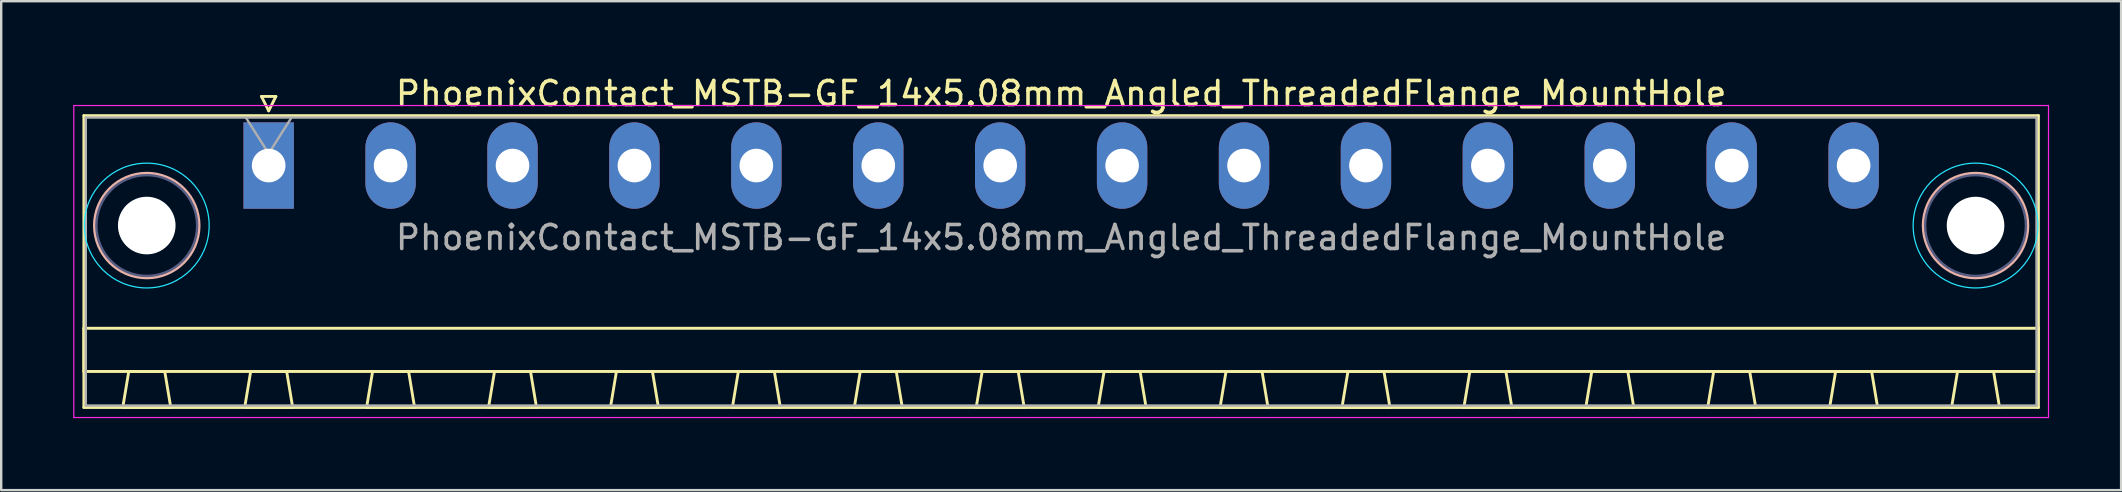
<source format=kicad_pcb>
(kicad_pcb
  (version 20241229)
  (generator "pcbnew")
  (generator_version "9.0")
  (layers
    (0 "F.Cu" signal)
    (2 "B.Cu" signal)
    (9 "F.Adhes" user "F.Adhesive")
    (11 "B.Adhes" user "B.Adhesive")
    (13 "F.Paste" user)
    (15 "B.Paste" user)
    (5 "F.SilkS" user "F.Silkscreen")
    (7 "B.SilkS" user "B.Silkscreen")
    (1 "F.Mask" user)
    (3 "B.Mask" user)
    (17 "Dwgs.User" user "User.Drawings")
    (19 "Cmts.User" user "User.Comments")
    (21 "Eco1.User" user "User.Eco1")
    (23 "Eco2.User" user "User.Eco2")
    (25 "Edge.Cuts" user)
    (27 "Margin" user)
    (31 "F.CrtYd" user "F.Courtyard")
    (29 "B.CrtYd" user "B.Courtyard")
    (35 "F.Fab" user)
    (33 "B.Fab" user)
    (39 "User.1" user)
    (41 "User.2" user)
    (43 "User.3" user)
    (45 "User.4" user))
  (footprint "PhoenixContact_MSTB-GF_14x5.08mm_Angled_ThreadedFlange_MountHole"
    (layer "F.Cu")
    (at 8.145 3.848)
    (property "Reference" "PhoenixContact_MSTB-GF_14x5.08mm_Angled_ThreadedFlange_MountHole" (at 33.02 -3 0) (layer "F.SilkS") (effects (font (size 1 1) (thickness 0.15))))
    (attr through_hole)
    (fp_line (start -7.7 -2.08) (end -7.7 10.08) (stroke (width 0.12) (type solid)) (layer "F.SilkS"))
    (fp_line (start -7.7 6.78) (end 73.74 6.78) (stroke (width 0.12) (type solid)) (layer "F.SilkS"))
    (fp_line (start -7.7 8.58) (end -7.7 6.78) (stroke (width 0.12) (type solid)) (layer "F.SilkS"))
    (fp_line (start -7.7 10.08) (end 73.74 10.08) (stroke (width 0.12) (type solid)) (layer "F.SilkS"))
    (fp_line (start -6.08 10.08) (end -4.08 10.08) (stroke (width 0.12) (type solid)) (layer "F.SilkS"))
    (fp_line (start -5.83 8.58) (end -6.08 10.08) (stroke (width 0.12) (type solid)) (layer "F.SilkS"))
    (fp_line (start -4.33 8.58) (end -5.83 8.58) (stroke (width 0.12) (type solid)) (layer "F.SilkS"))
    (fp_line (start -4.08 10.08) (end -4.33 8.58) (stroke (width 0.12) (type solid)) (layer "F.SilkS"))
    (fp_line (start -1 10.08) (end 1 10.08) (stroke (width 0.12) (type solid)) (layer "F.SilkS"))
    (fp_line (start -0.75 8.58) (end -1 10.08) (stroke (width 0.12) (type solid)) (layer "F.SilkS"))
    (fp_line (start -0.3 -2.88) (end 0.3 -2.88) (stroke (width 0.12) (type solid)) (layer "F.SilkS"))
    (fp_line (start 0 -2.28) (end -0.3 -2.88) (stroke (width 0.12) (type solid)) (layer "F.SilkS"))
    (fp_line (start 0.3 -2.88) (end 0 -2.28) (stroke (width 0.12) (type solid)) (layer "F.SilkS"))
    (fp_line (start 0.75 8.58) (end -0.75 8.58) (stroke (width 0.12) (type solid)) (layer "F.SilkS"))
    (fp_line (start 1 10.08) (end 0.75 8.58) (stroke (width 0.12) (type solid)) (layer "F.SilkS"))
    (fp_line (start 4.08 10.08) (end 6.08 10.08) (stroke (width 0.12) (type solid)) (layer "F.SilkS"))
    (fp_line (start 4.33 8.58) (end 4.08 10.08) (stroke (width 0.12) (type solid)) (layer "F.SilkS"))
    (fp_line (start 5.83 8.58) (end 4.33 8.58) (stroke (width 0.12) (type solid)) (layer "F.SilkS"))
    (fp_line (start 6.08 10.08) (end 5.83 8.58) (stroke (width 0.12) (type solid)) (layer "F.SilkS"))
    (fp_line (start 9.16 10.08) (end 11.16 10.08) (stroke (width 0.12) (type solid)) (layer "F.SilkS"))
    (fp_line (start 9.41 8.58) (end 9.16 10.08) (stroke (width 0.12) (type solid)) (layer "F.SilkS"))
    (fp_line (start 10.91 8.58) (end 9.41 8.58) (stroke (width 0.12) (type solid)) (layer "F.SilkS"))
    (fp_line (start 11.16 10.08) (end 10.91 8.58) (stroke (width 0.12) (type solid)) (layer "F.SilkS"))
    (fp_line (start 14.24 10.08) (end 16.24 10.08) (stroke (width 0.12) (type solid)) (layer "F.SilkS"))
    (fp_line (start 14.49 8.58) (end 14.24 10.08) (stroke (width 0.12) (type solid)) (layer "F.SilkS"))
    (fp_line (start 15.99 8.58) (end 14.49 8.58) (stroke (width 0.12) (type solid)) (layer "F.SilkS"))
    (fp_line (start 16.24 10.08) (end 15.99 8.58) (stroke (width 0.12) (type solid)) (layer "F.SilkS"))
    (fp_line (start 19.32 10.08) (end 21.32 10.08) (stroke (width 0.12) (type solid)) (layer "F.SilkS"))
    (fp_line (start 19.57 8.58) (end 19.32 10.08) (stroke (width 0.12) (type solid)) (layer "F.SilkS"))
    (fp_line (start 21.07 8.58) (end 19.57 8.58) (stroke (width 0.12) (type solid)) (layer "F.SilkS"))
    (fp_line (start 21.32 10.08) (end 21.07 8.58) (stroke (width 0.12) (type solid)) (layer "F.SilkS"))
    (fp_line (start 24.4 10.08) (end 26.4 10.08) (stroke (width 0.12) (type solid)) (layer "F.SilkS"))
    (fp_line (start 24.65 8.58) (end 24.4 10.08) (stroke (width 0.12) (type solid)) (layer "F.SilkS"))
    (fp_line (start 26.15 8.58) (end 24.65 8.58) (stroke (width 0.12) (type solid)) (layer "F.SilkS"))
    (fp_line (start 26.4 10.08) (end 26.15 8.58) (stroke (width 0.12) (type solid)) (layer "F.SilkS"))
    (fp_line (start 29.48 10.08) (end 31.48 10.08) (stroke (width 0.12) (type solid)) (layer "F.SilkS"))
    (fp_line (start 29.73 8.58) (end 29.48 10.08) (stroke (width 0.12) (type solid)) (layer "F.SilkS"))
    (fp_line (start 31.23 8.58) (end 29.73 8.58) (stroke (width 0.12) (type solid)) (layer "F.SilkS"))
    (fp_line (start 31.48 10.08) (end 31.23 8.58) (stroke (width 0.12) (type solid)) (layer "F.SilkS"))
    (fp_line (start 34.56 10.08) (end 36.56 10.08) (stroke (width 0.12) (type solid)) (layer "F.SilkS"))
    (fp_line (start 34.81 8.58) (end 34.56 10.08) (stroke (width 0.12) (type solid)) (layer "F.SilkS"))
    (fp_line (start 36.31 8.58) (end 34.81 8.58) (stroke (width 0.12) (type solid)) (layer "F.SilkS"))
    (fp_line (start 36.56 10.08) (end 36.31 8.58) (stroke (width 0.12) (type solid)) (layer "F.SilkS"))
    (fp_line (start 39.64 10.08) (end 41.64 10.08) (stroke (width 0.12) (type solid)) (layer "F.SilkS"))
    (fp_line (start 39.89 8.58) (end 39.64 10.08) (stroke (width 0.12) (type solid)) (layer "F.SilkS"))
    (fp_line (start 41.39 8.58) (end 39.89 8.58) (stroke (width 0.12) (type solid)) (layer "F.SilkS"))
    (fp_line (start 41.64 10.08) (end 41.39 8.58) (stroke (width 0.12) (type solid)) (layer "F.SilkS"))
    (fp_line (start 44.72 10.08) (end 46.72 10.08) (stroke (width 0.12) (type solid)) (layer "F.SilkS"))
    (fp_line (start 44.97 8.58) (end 44.72 10.08) (stroke (width 0.12) (type solid)) (layer "F.SilkS"))
    (fp_line (start 46.47 8.58) (end 44.97 8.58) (stroke (width 0.12) (type solid)) (layer "F.SilkS"))
    (fp_line (start 46.72 10.08) (end 46.47 8.58) (stroke (width 0.12) (type solid)) (layer "F.SilkS"))
    (fp_line (start 49.8 10.08) (end 51.8 10.08) (stroke (width 0.12) (type solid)) (layer "F.SilkS"))
    (fp_line (start 50.05 8.58) (end 49.8 10.08) (stroke (width 0.12) (type solid)) (layer "F.SilkS"))
    (fp_line (start 51.55 8.58) (end 50.05 8.58) (stroke (width 0.12) (type solid)) (layer "F.SilkS"))
    (fp_line (start 51.8 10.08) (end 51.55 8.58) (stroke (width 0.12) (type solid)) (layer "F.SilkS"))
    (fp_line (start 54.88 10.08) (end 56.88 10.08) (stroke (width 0.12) (type solid)) (layer "F.SilkS"))
    (fp_line (start 55.13 8.58) (end 54.88 10.08) (stroke (width 0.12) (type solid)) (layer "F.SilkS"))
    (fp_line (start 56.63 8.58) (end 55.13 8.58) (stroke (width 0.12) (type solid)) (layer "F.SilkS"))
    (fp_line (start 56.88 10.08) (end 56.63 8.58) (stroke (width 0.12) (type solid)) (layer "F.SilkS"))
    (fp_line (start 59.96 10.08) (end 61.96 10.08) (stroke (width 0.12) (type solid)) (layer "F.SilkS"))
    (fp_line (start 60.21 8.58) (end 59.96 10.08) (stroke (width 0.12) (type solid)) (layer "F.SilkS"))
    (fp_line (start 61.71 8.58) (end 60.21 8.58) (stroke (width 0.12) (type solid)) (layer "F.SilkS"))
    (fp_line (start 61.96 10.08) (end 61.71 8.58) (stroke (width 0.12) (type solid)) (layer "F.SilkS"))
    (fp_line (start 65.04 10.08) (end 67.04 10.08) (stroke (width 0.12) (type solid)) (layer "F.SilkS"))
    (fp_line (start 65.29 8.58) (end 65.04 10.08) (stroke (width 0.12) (type solid)) (layer "F.SilkS"))
    (fp_line (start 66.79 8.58) (end 65.29 8.58) (stroke (width 0.12) (type solid)) (layer "F.SilkS"))
    (fp_line (start 67.04 10.08) (end 66.79 8.58) (stroke (width 0.12) (type solid)) (layer "F.SilkS"))
    (fp_line (start 70.12 10.08) (end 72.12 10.08) (stroke (width 0.12) (type solid)) (layer "F.SilkS"))
    (fp_line (start 70.37 8.58) (end 70.12 10.08) (stroke (width 0.12) (type solid)) (layer "F.SilkS"))
    (fp_line (start 71.87 8.58) (end 70.37 8.58) (stroke (width 0.12) (type solid)) (layer "F.SilkS"))
    (fp_line (start 72.12 10.08) (end 71.87 8.58) (stroke (width 0.12) (type solid)) (layer "F.SilkS"))
    (fp_line (start 73.74 -2.08) (end -7.7 -2.08) (stroke (width 0.12) (type solid)) (layer "F.SilkS"))
    (fp_line (start 73.74 6.78) (end 73.74 8.58) (stroke (width 0.12) (type solid)) (layer "F.SilkS"))
    (fp_line (start 73.74 8.58) (end -7.7 8.58) (stroke (width 0.12) (type solid)) (layer "F.SilkS"))
    (fp_line (start 73.74 10.08) (end 73.74 -2.08) (stroke (width 0.12) (type solid)) (layer "F.SilkS"))
    (fp_circle (center -5.08 2.5) (end -2.9 2.5) (stroke (width 0.12) (type solid)) (fill no) (layer "B.SilkS"))
    (fp_circle (center 71.12 2.5) (end 73.3 2.5) (stroke (width 0.12) (type solid)) (fill no) (layer "B.SilkS"))
    (fp_circle (center -5.08 2.5) (end -2.48 2.5) (stroke (width 0.05) (type solid)) (fill no) (layer "B.CrtYd"))
    (fp_circle (center 71.12 2.5) (end 73.72 2.5) (stroke (width 0.05) (type solid)) (fill no) (layer "B.CrtYd"))
    (fp_line (start -8.12 -2.5) (end -8.12 10.5) (stroke (width 0.05) (type solid)) (layer "F.CrtYd"))
    (fp_line (start -8.12 10.5) (end 74.16 10.5) (stroke (width 0.05) (type solid)) (layer "F.CrtYd"))
    (fp_line (start 74.16 -2.5) (end -8.12 -2.5) (stroke (width 0.05) (type solid)) (layer "F.CrtYd"))
    (fp_line (start 74.16 10.5) (end 74.16 -2.5) (stroke (width 0.05) (type solid)) (layer "F.CrtYd"))
    (fp_circle (center -5.08 2.5) (end -2.98 2.5) (stroke (width 0.1) (type solid)) (fill no) (layer "B.Fab"))
    (fp_circle (center 71.12 2.5) (end 73.22 2.5) (stroke (width 0.1) (type solid)) (fill no) (layer "B.Fab"))
    (fp_line (start -7.62 -2) (end -7.62 10) (stroke (width 0.1) (type solid)) (layer "F.Fab"))
    (fp_line (start -7.62 10) (end 73.66 10) (stroke (width 0.1) (type solid)) (layer "F.Fab"))
    (fp_line (start 0 -0.5) (end -0.95 -2) (stroke (width 0.1) (type solid)) (layer "F.Fab"))
    (fp_line (start 0.95 -2) (end 0 -0.5) (stroke (width 0.1) (type solid)) (layer "F.Fab"))
    (fp_line (start 73.66 -2) (end -7.62 -2) (stroke (width 0.1) (type solid)) (layer "F.Fab"))
    (fp_line (start 73.66 10) (end 73.66 -2) (stroke (width 0.1) (type solid)) (layer "F.Fab"))
    (fp_text user "${REFERENCE}" (at 33.02 3 0) (layer "F.Fab") (effects (font (size 1 1) (thickness 0.15))))
    (pad "" np_thru_hole circle (at -5.08 2.5) (size 2.4 2.4) (drill 2.4) (layers "*.Cu" "*.Mask"))
    (pad "" np_thru_hole circle (at 71.12 2.5) (size 2.4 2.4) (drill 2.4) (layers "*.Cu" "*.Mask"))
    (pad "1" thru_hole rect (at 0 0) (size 2.1 3.6) (drill 1.4) (layers "*.Cu" "*.Mask"))
    (pad "2" thru_hole oval (at 5.08 0) (size 2.1 3.6) (drill 1.4) (layers "*.Cu" "*.Mask"))
    (pad "3" thru_hole oval (at 10.16 0) (size 2.1 3.6) (drill 1.4) (layers "*.Cu" "*.Mask"))
    (pad "4" thru_hole oval (at 15.24 0) (size 2.1 3.6) (drill 1.4) (layers "*.Cu" "*.Mask"))
    (pad "5" thru_hole oval (at 20.32 0) (size 2.1 3.6) (drill 1.4) (layers "*.Cu" "*.Mask"))
    (pad "6" thru_hole oval (at 25.4 0) (size 2.1 3.6) (drill 1.4) (layers "*.Cu" "*.Mask"))
    (pad "7" thru_hole oval (at 30.48 0) (size 2.1 3.6) (drill 1.4) (layers "*.Cu" "*.Mask"))
    (pad "8" thru_hole oval (at 35.56 0) (size 2.1 3.6) (drill 1.4) (layers "*.Cu" "*.Mask"))
    (pad "9" thru_hole oval (at 40.64 0) (size 2.1 3.6) (drill 1.4) (layers "*.Cu" "*.Mask"))
    (pad "10" thru_hole oval (at 45.72 0) (size 2.1 3.6) (drill 1.4) (layers "*.Cu" "*.Mask"))
    (pad "11" thru_hole oval (at 50.8 0) (size 2.1 3.6) (drill 1.4) (layers "*.Cu" "*.Mask"))
    (pad "12" thru_hole oval (at 55.88 0) (size 2.1 3.6) (drill 1.4) (layers "*.Cu" "*.Mask"))
    (pad "13" thru_hole oval (at 60.96 0) (size 2.1 3.6) (drill 1.4) (layers "*.Cu" "*.Mask"))
    (pad "14" thru_hole oval (at 66.04 0) (size 2.1 3.6) (drill 1.4) (layers "*.Cu" "*.Mask")))
  (gr_rect
    (start -3 -3)
    (end 85.33 17.373)
    (stroke (width 0.1) (type default))
    (fill no)
    (layer "Edge.Cuts")))
</source>
